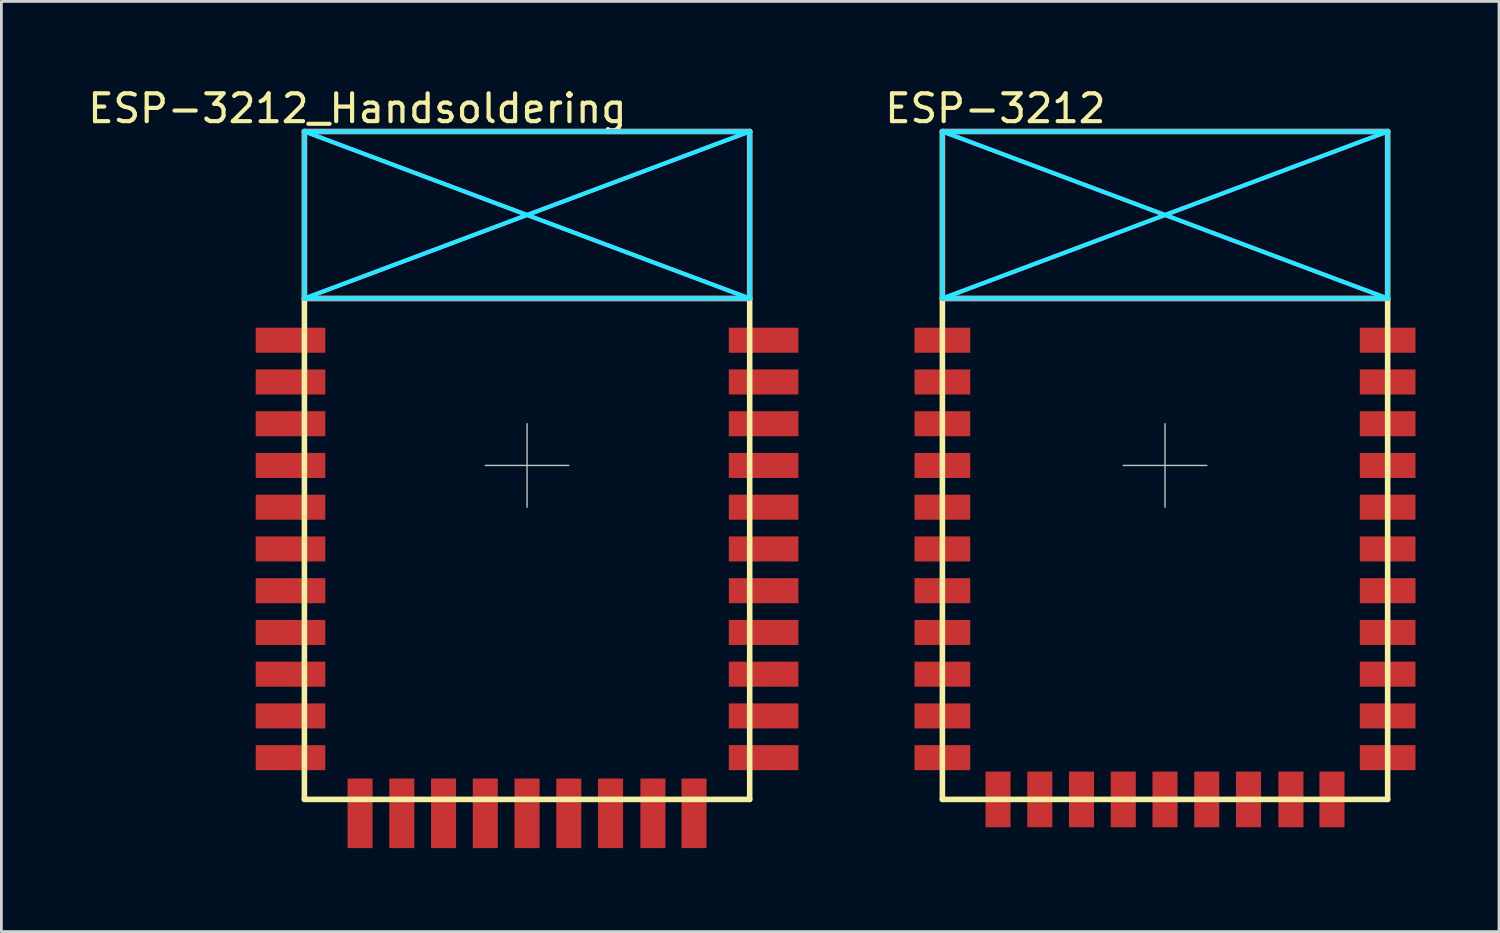
<source format=kicad_pcb>
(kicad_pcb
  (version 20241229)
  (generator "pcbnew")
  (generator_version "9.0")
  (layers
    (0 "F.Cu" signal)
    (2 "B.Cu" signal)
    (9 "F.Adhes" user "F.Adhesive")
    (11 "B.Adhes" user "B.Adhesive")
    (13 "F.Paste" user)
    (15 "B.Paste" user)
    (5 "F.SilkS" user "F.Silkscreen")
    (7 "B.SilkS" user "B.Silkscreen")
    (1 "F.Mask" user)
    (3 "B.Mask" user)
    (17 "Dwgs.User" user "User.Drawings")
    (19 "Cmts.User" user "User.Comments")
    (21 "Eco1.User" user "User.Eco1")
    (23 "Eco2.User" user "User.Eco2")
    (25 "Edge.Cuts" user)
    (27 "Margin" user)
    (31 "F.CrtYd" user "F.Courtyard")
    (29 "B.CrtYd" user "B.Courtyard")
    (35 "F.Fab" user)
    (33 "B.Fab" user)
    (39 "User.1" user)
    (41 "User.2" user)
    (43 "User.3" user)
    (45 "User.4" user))
  (footprint "ESP-3212_Handsoldering"
    (layer "F.Cu")
    (at 15.888 13.675)
    (property "Reference" "ESP-3212_Handsoldering" (at -6.096 -12.827 0) (layer "F.SilkS") (effects (font (size 1 1) (thickness 0.15))))
    (attr through_hole)
    (fp_line (start -8 -12) (end 8 -12) (stroke (width 0.2) (type solid)) (layer "F.SilkS"))
    (fp_line (start -8 -6) (end 8 -6) (stroke (width 0.2) (type solid)) (layer "F.SilkS"))
    (fp_line (start -8 12) (end -8 -12) (stroke (width 0.2) (type solid)) (layer "F.SilkS"))
    (fp_line (start 8 -12) (end 8 12) (stroke (width 0.2) (type solid)) (layer "F.SilkS"))
    (fp_line (start 8 12) (end -8 12) (stroke (width 0.2) (type solid)) (layer "F.SilkS"))
    (fp_line (start 0 -1.5) (end 0 1.5) (stroke (width 0.05) (type solid)) (layer "Dwgs.User"))
    (fp_line (start 1.5 0) (end -1.5 0) (stroke (width 0.05) (type solid)) (layer "Dwgs.User"))
    (fp_line (start -8 -12) (end 8 -12) (stroke (width 0.15) (type solid)) (layer "B.CrtYd"))
    (fp_line (start -8 -12) (end 8 -6) (stroke (width 0.15) (type solid)) (layer "B.CrtYd"))
    (fp_line (start -8 -6) (end -8 -12) (stroke (width 0.15) (type solid)) (layer "B.CrtYd"))
    (fp_line (start 8 -12) (end -8 -6) (stroke (width 0.15) (type solid)) (layer "B.CrtYd"))
    (fp_line (start 8 -12) (end 8 -6) (stroke (width 0.15) (type solid)) (layer "B.CrtYd"))
    (fp_line (start 8 -6) (end -8 -6) (stroke (width 0.15) (type solid)) (layer "B.CrtYd"))
    (fp_line (start -8 -12) (end 8 -12) (stroke (width 0.15) (type solid)) (layer "F.CrtYd"))
    (fp_line (start -8 -12) (end 8 -6) (stroke (width 0.15) (type solid)) (layer "F.CrtYd"))
    (fp_line (start -8 -6) (end -8 -12) (stroke (width 0.15) (type solid)) (layer "F.CrtYd"))
    (fp_line (start 8 -12) (end -8 -6) (stroke (width 0.15) (type solid)) (layer "F.CrtYd"))
    (fp_line (start 8 -12) (end 8 -6) (stroke (width 0.15) (type solid)) (layer "F.CrtYd"))
    (fp_line (start 8 -6) (end -8 -6) (stroke (width 0.15) (type solid)) (layer "F.CrtYd"))
    (pad "1" smd rect (at -8 -4.5) (size 2.5 0.9) (drill (offset -0.5 0)) (layers "F.Cu" "F.Mask" "F.Paste"))
    (pad "2" smd rect (at -8 -3) (size 2.5 0.9) (drill (offset -0.5 0)) (layers "F.Cu" "F.Mask" "F.Paste"))
    (pad "3" smd rect (at -8 -1.5) (size 2.5 0.9) (drill (offset -0.5 0)) (layers "F.Cu" "F.Mask" "F.Paste"))
    (pad "4" smd rect (at -8.5 0) (size 2.5 0.9) (layers "F.Cu" "F.Mask" "F.Paste"))
    (pad "5" smd rect (at -8.5 1.5) (size 2.5 0.9) (layers "F.Cu" "F.Mask" "F.Paste"))
    (pad "6" smd rect (at -8.5 3) (size 2.5 0.9) (layers "F.Cu" "F.Mask" "F.Paste"))
    (pad "7" smd rect (at -8.5 4.5) (size 2.5 0.9) (layers "F.Cu" "F.Mask" "F.Paste"))
    (pad "8" smd rect (at -8.5 6) (size 2.5 0.9) (layers "F.Cu" "F.Mask" "F.Paste"))
    (pad "9" smd rect (at -8.5 7.5) (size 2.5 0.9) (layers "F.Cu" "F.Mask" "F.Paste"))
    (pad "10" smd rect (at -8.5 9) (size 2.5 0.9) (layers "F.Cu" "F.Mask" "F.Paste"))
    (pad "11" smd rect (at -8.5 10.5) (size 2.5 0.9) (layers "F.Cu" "F.Mask" "F.Paste"))
    (pad "12" smd rect (at -6 12) (size 0.9 2.5) (drill (offset 0 0.5)) (layers "F.Cu" "F.Mask" "F.Paste"))
    (pad "13" smd rect (at -4.5 12) (size 0.9 2.5) (drill (offset 0 0.5)) (layers "F.Cu" "F.Mask" "F.Paste"))
    (pad "14" smd rect (at -3 12) (size 0.9 2.5) (drill (offset 0 0.5)) (layers "F.Cu" "F.Mask" "F.Paste"))
    (pad "15" smd rect (at -1.5 12) (size 0.9 2.5) (drill (offset 0 0.5)) (layers "F.Cu" "F.Mask" "F.Paste"))
    (pad "16" smd rect (at 0 12) (size 0.9 2.5) (drill (offset 0 0.5)) (layers "F.Cu" "F.Mask" "F.Paste"))
    (pad "17" smd rect (at 1.5 12) (size 0.9 2.5) (drill (offset 0 0.5)) (layers "F.Cu" "F.Mask" "F.Paste"))
    (pad "18" smd rect (at 3 12) (size 0.9 2.5) (drill (offset 0 0.5)) (layers "F.Cu" "F.Mask" "F.Paste"))
    (pad "19" smd rect (at 4.524 12) (size 0.9 2.5) (drill (offset 0 0.5)) (layers "F.Cu" "F.Mask" "F.Paste"))
    (pad "20" smd rect (at 6 12) (size 0.9 2.5) (drill (offset 0 0.5)) (layers "F.Cu" "F.Mask" "F.Paste"))
    (pad "21" smd rect (at 8 10.5) (size 2.5 0.9) (drill (offset 0.5 0)) (layers "F.Cu" "F.Mask" "F.Paste"))
    (pad "22" smd rect (at 8 9) (size 2.5 0.9) (drill (offset 0.5 0)) (layers "F.Cu" "F.Mask" "F.Paste"))
    (pad "23" smd rect (at 8 7.5) (size 2.5 0.9) (drill (offset 0.5 0)) (layers "F.Cu" "F.Mask" "F.Paste"))
    (pad "24" smd rect (at 8 6) (size 2.5 0.9) (drill (offset 0.5 0)) (layers "F.Cu" "F.Mask" "F.Paste"))
    (pad "25" smd rect (at 8.001 4.5) (size 2.5 0.9) (drill (offset 0.5 0)) (layers "F.Cu" "F.Mask" "F.Paste"))
    (pad "26" smd rect (at 8 3) (size 2.5 0.9) (drill (offset 0.5 0)) (layers "F.Cu" "F.Mask" "F.Paste"))
    (pad "27" smd rect (at 8 1.5) (size 2.5 0.9) (drill (offset 0.5 0)) (layers "F.Cu" "F.Mask" "F.Paste"))
    (pad "28" smd rect (at 8 0) (size 2.5 0.9) (drill (offset 0.5 0)) (layers "F.Cu" "F.Mask" "F.Paste"))
    (pad "29" smd rect (at 8 -1.5) (size 2.5 0.9) (drill (offset 0.5 0)) (layers "F.Cu" "F.Mask" "F.Paste"))
    (pad "30" smd rect (at 8 -3) (size 2.5 0.9) (drill (offset 0.5 0)) (layers "F.Cu" "F.Mask" "F.Paste"))
    (pad "31" smd rect (at 8 -4.5) (size 2.5 0.9) (drill (offset 0.5 0)) (layers "F.Cu" "F.Mask" "F.Paste")))
  (footprint "ESP-3212"
    (layer "F.Cu")
    (at 38.812 13.675)
    (property "Reference" "ESP-3212" (at -6.096 -12.827 0) (layer "F.SilkS") (effects (font (size 1 1) (thickness 0.15))))
    (attr through_hole)
    (fp_line (start -8 -12) (end 8 -12) (stroke (width 0.2) (type solid)) (layer "F.SilkS"))
    (fp_line (start -8 -6) (end 8 -6) (stroke (width 0.2) (type solid)) (layer "F.SilkS"))
    (fp_line (start -8 12) (end -8 -12) (stroke (width 0.2) (type solid)) (layer "F.SilkS"))
    (fp_line (start 8 -12) (end 8 12) (stroke (width 0.2) (type solid)) (layer "F.SilkS"))
    (fp_line (start 8 12) (end -8 12) (stroke (width 0.2) (type solid)) (layer "F.SilkS"))
    (fp_line (start 0 -1.5) (end 0 1.5) (stroke (width 0.05) (type solid)) (layer "Dwgs.User"))
    (fp_line (start 1.5 0) (end -1.5 0) (stroke (width 0.05) (type solid)) (layer "Dwgs.User"))
    (fp_line (start -8 -12) (end 8 -12) (stroke (width 0.15) (type solid)) (layer "B.CrtYd"))
    (fp_line (start -8 -12) (end 8 -6) (stroke (width 0.15) (type solid)) (layer "B.CrtYd"))
    (fp_line (start -8 -6) (end -8 -12) (stroke (width 0.15) (type solid)) (layer "B.CrtYd"))
    (fp_line (start 8 -12) (end -8 -6) (stroke (width 0.15) (type solid)) (layer "B.CrtYd"))
    (fp_line (start 8 -12) (end 8 -6) (stroke (width 0.15) (type solid)) (layer "B.CrtYd"))
    (fp_line (start 8 -6) (end -8 -6) (stroke (width 0.15) (type solid)) (layer "B.CrtYd"))
    (fp_line (start -8 -12) (end 8 -12) (stroke (width 0.15) (type solid)) (layer "F.CrtYd"))
    (fp_line (start -8 -12) (end 8 -6) (stroke (width 0.15) (type solid)) (layer "F.CrtYd"))
    (fp_line (start -8 -6) (end -8 -12) (stroke (width 0.15) (type solid)) (layer "F.CrtYd"))
    (fp_line (start 8 -12) (end -8 -6) (stroke (width 0.15) (type solid)) (layer "F.CrtYd"))
    (fp_line (start 8 -12) (end 8 -6) (stroke (width 0.15) (type solid)) (layer "F.CrtYd"))
    (fp_line (start 8 -6) (end -8 -6) (stroke (width 0.15) (type solid)) (layer "F.CrtYd"))
    (pad "1" smd rect (at -8 -4.5) (size 2 0.9) (layers "F.Cu" "F.Mask" "F.Paste"))
    (pad "2" smd rect (at -8 -3) (size 2 0.9) (layers "F.Cu" "F.Mask" "F.Paste"))
    (pad "3" smd rect (at -8 -1.5) (size 2 0.9) (layers "F.Cu" "F.Mask" "F.Paste"))
    (pad "4" smd rect (at -8 0) (size 2 0.9) (layers "F.Cu" "F.Mask" "F.Paste"))
    (pad "5" smd rect (at -8 1.5) (size 2 0.9) (layers "F.Cu" "F.Mask" "F.Paste"))
    (pad "6" smd rect (at -8 3) (size 2 0.9) (layers "F.Cu" "F.Mask" "F.Paste"))
    (pad "7" smd rect (at -8 4.5) (size 2 0.9) (layers "F.Cu" "F.Mask" "F.Paste"))
    (pad "8" smd rect (at -8 6) (size 2 0.9) (layers "F.Cu" "F.Mask" "F.Paste"))
    (pad "9" smd rect (at -8 7.5) (size 2 0.9) (layers "F.Cu" "F.Mask" "F.Paste"))
    (pad "10" smd rect (at -8 9) (size 2 0.9) (layers "F.Cu" "F.Mask" "F.Paste"))
    (pad "11" smd rect (at -8 10.5) (size 2 0.9) (layers "F.Cu" "F.Mask" "F.Paste"))
    (pad "12" smd rect (at -6 12) (size 0.9 2) (layers "F.Cu" "F.Mask" "F.Paste"))
    (pad "13" smd rect (at -4.5 12) (size 0.9 2) (layers "F.Cu" "F.Mask" "F.Paste"))
    (pad "14" smd rect (at -3 12) (size 0.9 2) (layers "F.Cu" "F.Mask" "F.Paste"))
    (pad "15" smd rect (at -1.5 12) (size 0.9 2) (layers "F.Cu" "F.Mask" "F.Paste"))
    (pad "16" smd rect (at 0 12) (size 0.9 2) (layers "F.Cu" "F.Mask" "F.Paste"))
    (pad "17" smd rect (at 1.5 12) (size 0.9 2) (layers "F.Cu" "F.Mask" "F.Paste"))
    (pad "18" smd rect (at 3 12) (size 0.9 2) (layers "F.Cu" "F.Mask" "F.Paste"))
    (pad "19" smd rect (at 4.524 12) (size 0.9 2) (layers "F.Cu" "F.Mask" "F.Paste"))
    (pad "20" smd rect (at 6 12) (size 0.9 2) (layers "F.Cu" "F.Mask" "F.Paste"))
    (pad "21" smd rect (at 8 10.5) (size 2 0.9) (layers "F.Cu" "F.Mask" "F.Paste"))
    (pad "22" smd rect (at 8 9) (size 2 0.9) (layers "F.Cu" "F.Mask" "F.Paste"))
    (pad "23" smd rect (at 8 7.5) (size 2 0.9) (layers "F.Cu" "F.Mask" "F.Paste"))
    (pad "24" smd rect (at 8 6) (size 2 0.9) (layers "F.Cu" "F.Mask" "F.Paste"))
    (pad "25" smd rect (at 8.001 4.5) (size 2 0.9) (layers "F.Cu" "F.Mask" "F.Paste"))
    (pad "26" smd rect (at 8 3) (size 2 0.9) (layers "F.Cu" "F.Mask" "F.Paste"))
    (pad "27" smd rect (at 8 1.5) (size 2 0.9) (layers "F.Cu" "F.Mask" "F.Paste"))
    (pad "28" smd rect (at 8 0) (size 2 0.9) (layers "F.Cu" "F.Mask" "F.Paste"))
    (pad "29" smd rect (at 8 -1.5) (size 2 0.9) (layers "F.Cu" "F.Mask" "F.Paste"))
    (pad "30" smd rect (at 8 -3) (size 2 0.9) (layers "F.Cu" "F.Mask" "F.Paste"))
    (pad "31" smd rect (at 8 -4.5) (size 2 0.9) (layers "F.Cu" "F.Mask" "F.Paste")))
  (gr_rect
    (start -3 -3)
    (end 50.813 30.425)
    (stroke (width 0.1) (type default))
    (fill no)
    (layer "Edge.Cuts")))
</source>
